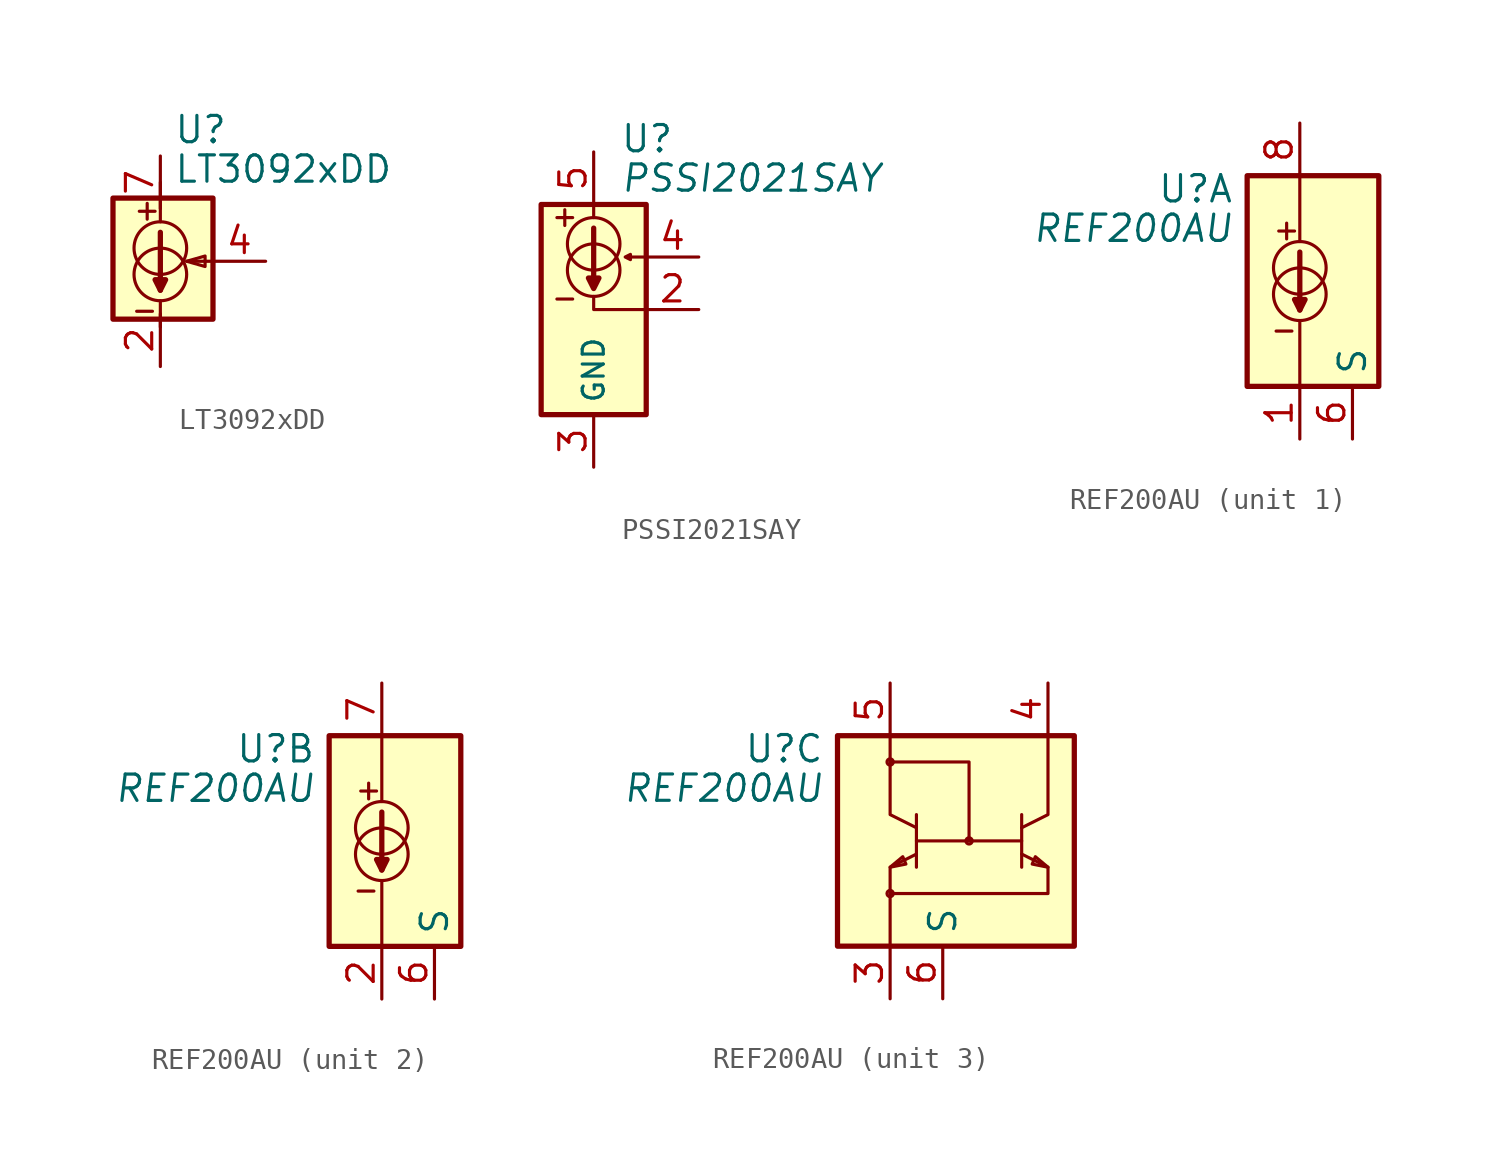
<source format=kicad_sym>
(kicad_symbol_lib
  (version 20200908)
  (generator kicad_symbol_editor)
  (symbol "Reference_Current:LT3092xDD"
    (property "Reference" "U"
      (at 0.635 6.35 0)
      (effects (font (size 1.27 1.27)) (justify left)))
    (property "Value" "LT3092xDD"
      (at 0.635 4.445 0)
      (effects (font (size 1.27 1.27)) (justify left)))
    (symbol "LT3092xDD_0_1"
      (circle (center 0 -0.635) (radius 1.27) (stroke (width 0)) (fill (type none)))
      (circle (center 0 0.635) (radius 1.27) (stroke (width 0)) (fill (type none)))
      (rectangle (start -2.286 3.048) (end 2.54 -2.794) (stroke (width 0.254)) (fill (type background)))
      (polyline (pts (xy -1.143 -2.413) (xy -0.381 -2.413)) (stroke (width 0)) (fill (type none)))
      (polyline (pts (xy -1.016 2.413) (xy -0.254 2.413)) (stroke (width 0)) (fill (type none)))
      (polyline (pts (xy -0.635 2.794) (xy -0.635 2.032)) (stroke (width 0)) (fill (type none)))
      (polyline (pts (xy 0 -1.905) (xy 0 -3.175)) (stroke (width 0)) (fill (type none)))
      (polyline (pts (xy 0 1.397) (xy 0 -1.397)) (stroke (width 0.254)) (fill (type none)))
      (polyline (pts (xy 0 3.81) (xy 0 1.905)) (stroke (width 0)) (fill (type none)))
      (polyline (pts (xy 2.54 0) (xy 1.27 0)) (stroke (width 0)) (fill (type none)))
      (polyline (pts (xy 0 -1.397) (xy -0.254 -0.889) (xy 0.254 -0.889) (xy 0 -1.397)) (stroke (width 0.254)) (fill (type none)))
      (polyline (pts (xy 1.27 0) (xy 2.159 0.254) (xy 2.159 -0.254) (xy 1.27 0)) (stroke (width 0)) (fill (type none))))
    (symbol "LT3092xDD_1_1"
      (pin passive line (at 0 -5.08 90) (length 2.54) hide (name "~" (effects (font (size 1.27 1.27)))) (number "1" (effects (font (size 1.27 1.27)))))
      (pin passive line (at 0 -5.08 90) (length 2.54) (name "~" (effects (font (size 1.27 1.27)))) (number "2" (effects (font (size 1.27 1.27)))))
      (pin unconnected line (at -1.27 2.54 0) (length 2.54) hide (name "NC" (effects (font (size 1.27 1.27)))) (number "3" (effects (font (size 1.27 1.27)))))
      (pin passive line (at 5.08 0 180) (length 2.54) (name "~" (effects (font (size 1.27 1.27)))) (number "4" (effects (font (size 1.27 1.27)))))
      (pin unconnected line (at -1.27 0 0) (length 2.54) hide (name "NC" (effects (font (size 1.27 1.27)))) (number "5" (effects (font (size 1.27 1.27)))))
      (pin unconnected line (at -1.27 -2.54 0) (length 2.54) hide (name "NC" (effects (font (size 1.27 1.27)))) (number "6" (effects (font (size 1.27 1.27)))))
      (pin passive line (at 0 5.08 270) (length 2.54) (name "~" (effects (font (size 1.27 1.27)))) (number "7" (effects (font (size 1.27 1.27)))))
      (pin passive line (at 0 5.08 270) (length 2.54) hide (name "~" (effects (font (size 1.27 1.27)))) (number "8" (effects (font (size 1.27 1.27)))))
      (pin passive line (at 0 -5.08 90) (length 2.54) hide (name "~" (effects (font (size 1.27 1.27)))) (number "9" (effects (font (size 1.27 1.27)))))))
  (symbol "Reference_Current:PSSI2021SAY"
    (property "Reference" "U"
      (at 1.27 8.255 0)
      (effects (font (size 1.27 1.27)) (justify left)))
    (property "Value" "PSSI2021SAY"
      (at 1.27 6.35 0)
      (effects (font (size 1.27 1.27) italic) (justify left)))
    (symbol "PSSI2021SAY_1_1"
      (circle (center 0 1.905) (radius 1.27) (stroke (width 0)) (fill (type none)))
      (circle (center 0 3.175) (radius 1.27) (stroke (width 0)) (fill (type none)))
      (rectangle (start -2.54 5.08) (end 2.54 -5.08) (stroke (width 0.254)) (fill (type background)))
      (polyline (pts (xy -1.778 0.508) (xy -1.016 0.508)) (stroke (width 0)) (fill (type none)))
      (polyline (pts (xy -1.778 4.445) (xy -1.016 4.445)) (stroke (width 0)) (fill (type none)))
      (polyline (pts (xy -1.397 4.826) (xy -1.397 4.064)) (stroke (width 0)) (fill (type none)))
      (polyline (pts (xy 0 3.937) (xy 0 1.143)) (stroke (width 0.254)) (fill (type none)))
      (polyline (pts (xy 0 5.08) (xy 0 4.445)) (stroke (width 0)) (fill (type none)))
      (polyline (pts (xy 2.54 0) (xy 0 0) (xy 0 0.635)) (stroke (width 0)) (fill (type none)))
      (polyline (pts (xy 0 1.016) (xy -0.254 1.524) (xy 0.254 1.524) (xy 0 1.016)) (stroke (width 0.254)) (fill (type none)))
      (polyline (pts (xy 2.54 2.54) (xy 1.778 2.54) (xy 1.778 2.667) (xy 1.524 2.54) (xy 1.778 2.413) (xy 1.778 2.54)) (stroke (width 0)) (fill (type none)))
      (pin unconnected line (at -2.54 -2.54 0) (length 2.54) hide (name "NC" (effects (font (size 1.27 1.27)))) (number "1" (effects (font (size 1.27 1.27)))))
      (pin power_in line (at 0 -7.62 90) (length 2.54) (name "GND" (effects (font (size 1.016 1.016)))) (number "3" (effects (font (size 1.27 1.27)))))
      (pin passive line (at 5.08 2.54 180) (length 2.54) (name "~" (effects (font (size 1.27 1.27)))) (number "4" (effects (font (size 1.27 1.27)))))
      (pin power_in line (at 0 7.62 270) (length 2.54) (name "~" (effects (font (size 1.27 1.27)))) (number "5" (effects (font (size 1.27 1.27))))))
    (symbol "PSSI2021SAY_0_1"
      (pin power_out line (at 5.08 0 180) (length 2.54) (name "~" (effects (font (size 1.27 1.27)))) (number "2" (effects (font (size 1.27 1.27)))))))
  (symbol "Reference_Current:REF200AU"
    (property "Reference" "U"
      (at -3.175 4.445 0)
      (effects (font (size 1.27 1.27)) (justify right)))
    (property "Value" "REF200AU"
      (at -3.175 2.54 0)
      (effects (font (size 1.27 1.27) italic) (justify right)))
    (property "ki_locked" ""
      (at 0 0 0)
      (effects (font (size 1.27 1.27))))
    (symbol "REF200AU_1_1"
      (circle (center 0 -0.635) (radius 1.27) (stroke (width 0)) (fill (type none)))
      (circle (center 0 0.635) (radius 1.27) (stroke (width 0)) (fill (type none)))
      (rectangle (start -2.54 5.08) (end 3.81 -5.08) (stroke (width 0.254)) (fill (type background)))
      (polyline (pts (xy -1.143 -2.413) (xy -0.381 -2.413)) (stroke (width 0)) (fill (type none)))
      (polyline (pts (xy -1.016 2.413) (xy -0.254 2.413)) (stroke (width 0)) (fill (type none)))
      (polyline (pts (xy -0.635 2.794) (xy -0.635 2.032)) (stroke (width 0)) (fill (type none)))
      (polyline (pts (xy 0 -1.905) (xy 0 -5.08)) (stroke (width 0)) (fill (type none)))
      (polyline (pts (xy 0 1.397) (xy 0 -1.397)) (stroke (width 0.254)) (fill (type none)))
      (polyline (pts (xy 0 5.08) (xy 0 1.905)) (stroke (width 0)) (fill (type none)))
      (polyline (pts (xy 0 -1.397) (xy -0.254 -0.889) (xy 0.254 -0.889) (xy 0 -1.397)) (stroke (width 0.254)) (fill (type none)))
      (pin passive line (at 0 -7.62 90) (length 2.54) (name "~" (effects (font (size 1.27 1.27)))) (number "1" (effects (font (size 1.27 1.27)))))
      (pin passive line (at 0 7.62 270) (length 2.54) (name "~" (effects (font (size 1.27 1.27)))) (number "8" (effects (font (size 1.27 1.27))))))
    (symbol "REF200AU_2_1"
      (circle (center 0 -0.635) (radius 1.27) (stroke (width 0)) (fill (type none)))
      (circle (center 0 0.635) (radius 1.27) (stroke (width 0)) (fill (type none)))
      (rectangle (start -2.54 5.08) (end 3.81 -5.08) (stroke (width 0.254)) (fill (type background)))
      (polyline (pts (xy -1.143 -2.413) (xy -0.381 -2.413)) (stroke (width 0)) (fill (type none)))
      (polyline (pts (xy -1.016 2.413) (xy -0.254 2.413)) (stroke (width 0)) (fill (type none)))
      (polyline (pts (xy -0.635 2.794) (xy -0.635 2.032)) (stroke (width 0)) (fill (type none)))
      (polyline (pts (xy 0 -1.905) (xy 0 -5.08)) (stroke (width 0)) (fill (type none)))
      (polyline (pts (xy 0 1.397) (xy 0 -1.397)) (stroke (width 0.254)) (fill (type none)))
      (polyline (pts (xy 0 5.08) (xy 0 1.905)) (stroke (width 0)) (fill (type none)))
      (polyline (pts (xy 0 -1.397) (xy -0.254 -0.889) (xy 0.254 -0.889) (xy 0 -1.397)) (stroke (width 0.254)) (fill (type none)))
      (pin passive line (at 0 -7.62 90) (length 2.54) (name "~" (effects (font (size 1.27 1.27)))) (number "2" (effects (font (size 1.27 1.27)))))
      (pin passive line (at 0 7.62 270) (length 2.54) (name "~" (effects (font (size 1.27 1.27)))) (number "7" (effects (font (size 1.27 1.27))))))
    (symbol "REF200AU_3_1"
      (circle (center 0 -2.54) (radius 0.152) (stroke (width 0)) (fill (type none)))
      (circle (center 0 3.81) (radius 0.152) (stroke (width 0)) (fill (type none)))
      (circle (center 3.81 0) (radius 0.152) (stroke (width 0)) (fill (type none)))
      (rectangle (start -2.54 5.08) (end 8.89 -5.08) (stroke (width 0.254)) (fill (type background)))
      (polyline (pts (xy 0 3.81) (xy 0 5.08)) (stroke (width 0)) (fill (type none)))
      (polyline (pts (xy 1.27 -1.27) (xy 1.27 1.27)) (stroke (width 0)) (fill (type none)))
      (polyline (pts (xy 1.27 0) (xy 6.35 0)) (stroke (width 0)) (fill (type none)))
      (polyline (pts (xy 6.35 1.27) (xy 6.35 -1.27)) (stroke (width 0)) (fill (type none)))
      (polyline (pts (xy 0 -5.08) (xy 0 -1.27) (xy 1.27 -0.635)) (stroke (width 0)) (fill (type none)))
      (polyline (pts (xy 0 3.81) (xy 3.81 3.81) (xy 3.81 0)) (stroke (width 0)) (fill (type none)))
      (polyline (pts (xy 1.27 0.635) (xy 0 1.27) (xy 0 3.81)) (stroke (width 0)) (fill (type none)))
      (polyline (pts (xy 7.62 5.08) (xy 7.62 1.27) (xy 6.35 0.635)) (stroke (width 0)) (fill (type none)))
      (polyline (pts (xy 0 -1.27) (xy 0.61 -0.762) (xy 0.762 -1.118) (xy 0 -1.27)) (stroke (width 0)) (fill (type none)))
      (polyline (pts (xy 6.35 -0.635) (xy 7.62 -1.27) (xy 7.62 -2.54) (xy 0 -2.54)) (stroke (width 0)) (fill (type none)))
      (polyline (pts (xy 7.62 -1.27) (xy 7.01 -0.762) (xy 6.858 -1.118) (xy 7.62 -1.27)) (stroke (width 0)) (fill (type none)))
      (pin passive line (at 0 -7.62 90) (length 2.54) (name "~" (effects (font (size 1.27 1.27)))) (number "3" (effects (font (size 1.27 1.27)))))
      (pin passive line (at 7.62 7.62 270) (length 2.54) (name "~" (effects (font (size 1.27 1.27)))) (number "4" (effects (font (size 1.27 1.27)))))
      (pin passive line (at 0 7.62 270) (length 2.54) (name "~" (effects (font (size 1.27 1.27)))) (number "5" (effects (font (size 1.27 1.27))))))
    (symbol "REF200AU_0_1"
      (pin passive line (at 2.54 -7.62 90) (length 2.54) (name "S" (effects (font (size 1.27 1.27)))) (number "6" (effects (font (size 1.27 1.27))))))))
</source>
